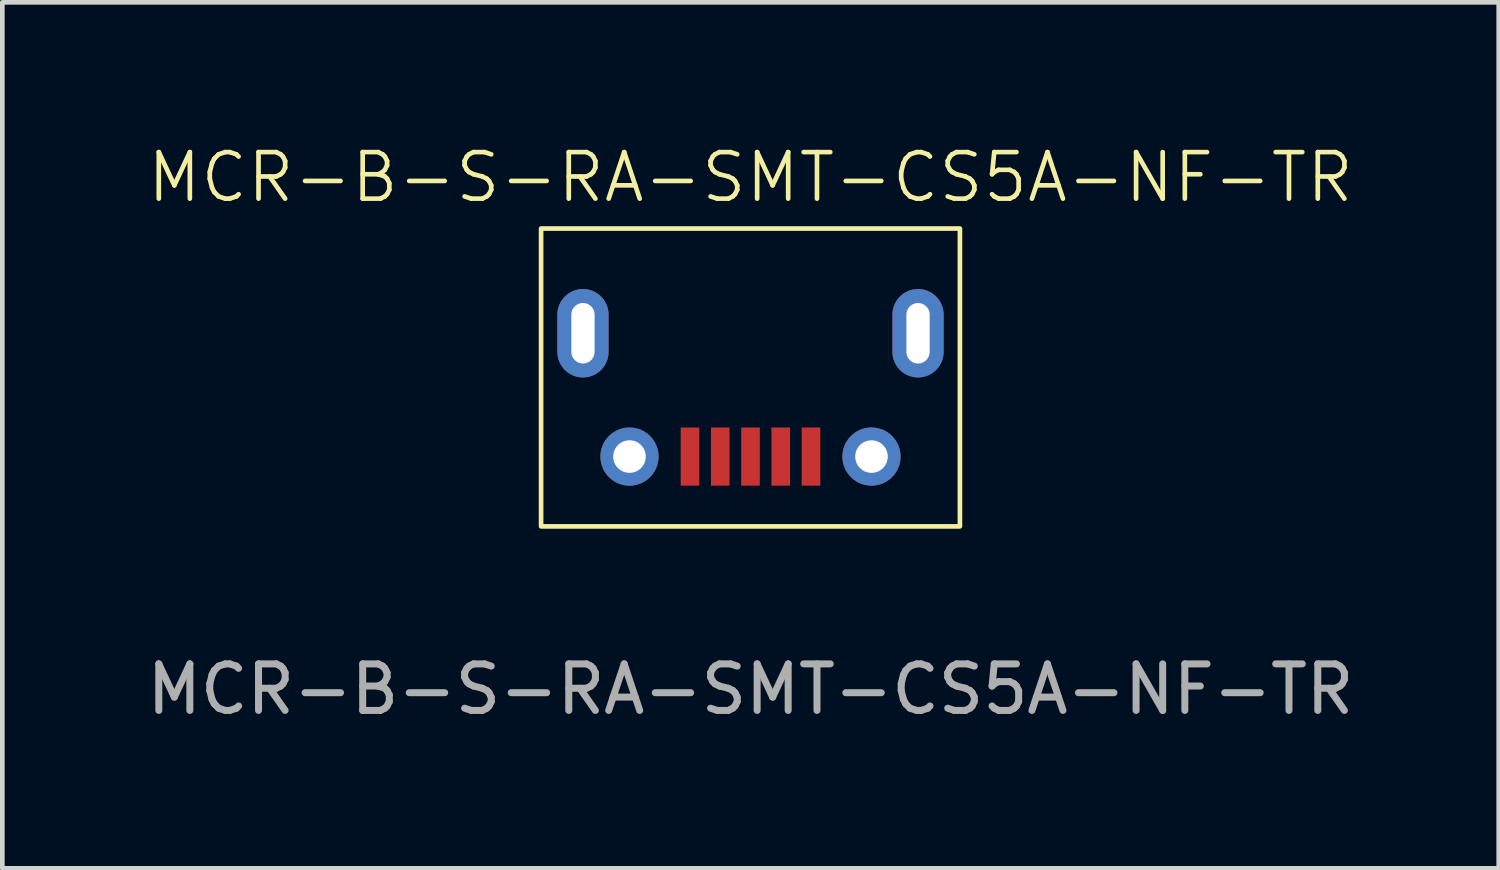
<source format=kicad_pcb>
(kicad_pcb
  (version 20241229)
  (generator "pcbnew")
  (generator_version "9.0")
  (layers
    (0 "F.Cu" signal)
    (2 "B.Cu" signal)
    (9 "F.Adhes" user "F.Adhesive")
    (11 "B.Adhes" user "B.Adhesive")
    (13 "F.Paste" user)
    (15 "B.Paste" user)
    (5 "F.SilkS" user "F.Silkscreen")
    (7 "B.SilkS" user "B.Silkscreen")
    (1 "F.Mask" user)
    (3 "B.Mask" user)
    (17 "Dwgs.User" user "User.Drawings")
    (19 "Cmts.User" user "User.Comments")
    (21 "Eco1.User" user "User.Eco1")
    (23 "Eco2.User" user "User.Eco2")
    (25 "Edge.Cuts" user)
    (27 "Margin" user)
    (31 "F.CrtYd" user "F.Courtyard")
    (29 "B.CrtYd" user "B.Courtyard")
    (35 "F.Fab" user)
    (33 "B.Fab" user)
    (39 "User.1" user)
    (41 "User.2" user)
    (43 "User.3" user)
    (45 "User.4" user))
  (footprint "MCR-B-S-RA-SMT-CS5A-NF-TR"
    (layer "F.Cu")
    (at 13.077 6.761)
    (property "Reference" "MCR-B-S-RA-SMT-CS5A-NF-TR" (at 0 -6 0) (unlocked yes) (layer "F.SilkS") (effects (font (size 1 1) (thickness 0.1))))
    (attr through_hole)
    (fp_rect (start -4.5 -4.9) (end 4.5 1.5) (stroke (width 0.1) (type default)) (fill no) (layer "F.SilkS"))
    (fp_text user "${REFERENCE}" (at 0 5 0) (unlocked yes) (layer "F.Fab") (effects (font (size 1 1) (thickness 0.15))))
    (pad "1" smd rect (at 1.3 0) (size 0.4 1.25) (layers "F.Cu" "F.Mask" "F.Paste"))
    (pad "2" smd rect (at 0.65 0) (size 0.4 1.25) (layers "F.Cu" "F.Mask" "F.Paste"))
    (pad "3" smd rect (at 0 0) (size 0.4 1.25) (layers "F.Cu" "F.Mask" "F.Paste"))
    (pad "4" smd rect (at -0.65 0) (size 0.4 1.25) (layers "F.Cu" "F.Mask" "F.Paste"))
    (pad "5" smd rect (at -1.3 0) (size 0.4 1.25) (layers "F.Cu" "F.Mask" "F.Paste"))
    (pad "6" thru_hole oval (at -3.6 -2.65) (size 1.1 1.9) (drill oval 0.5 1.3) (layers "*.Cu" "*.Mask"))
    (pad "6" thru_hole circle (at -2.6 0) (size 1.25 1.25) (drill 0.7) (layers "*.Cu" "*.Mask"))
    (pad "6" thru_hole circle (at 2.6 0) (size 1.25 1.25) (drill 0.7) (layers "*.Cu" "*.Mask"))
    (pad "6" thru_hole oval (at 3.6 -2.65) (size 1.1 1.9) (drill oval 0.5 1.3) (layers "*.Cu" "*.Mask")))
  (gr_rect
    (start -3 -3)
    (end 29.155 15.609)
    (stroke (width 0.1) (type default))
    (fill no)
    (layer "Edge.Cuts")))
</source>
